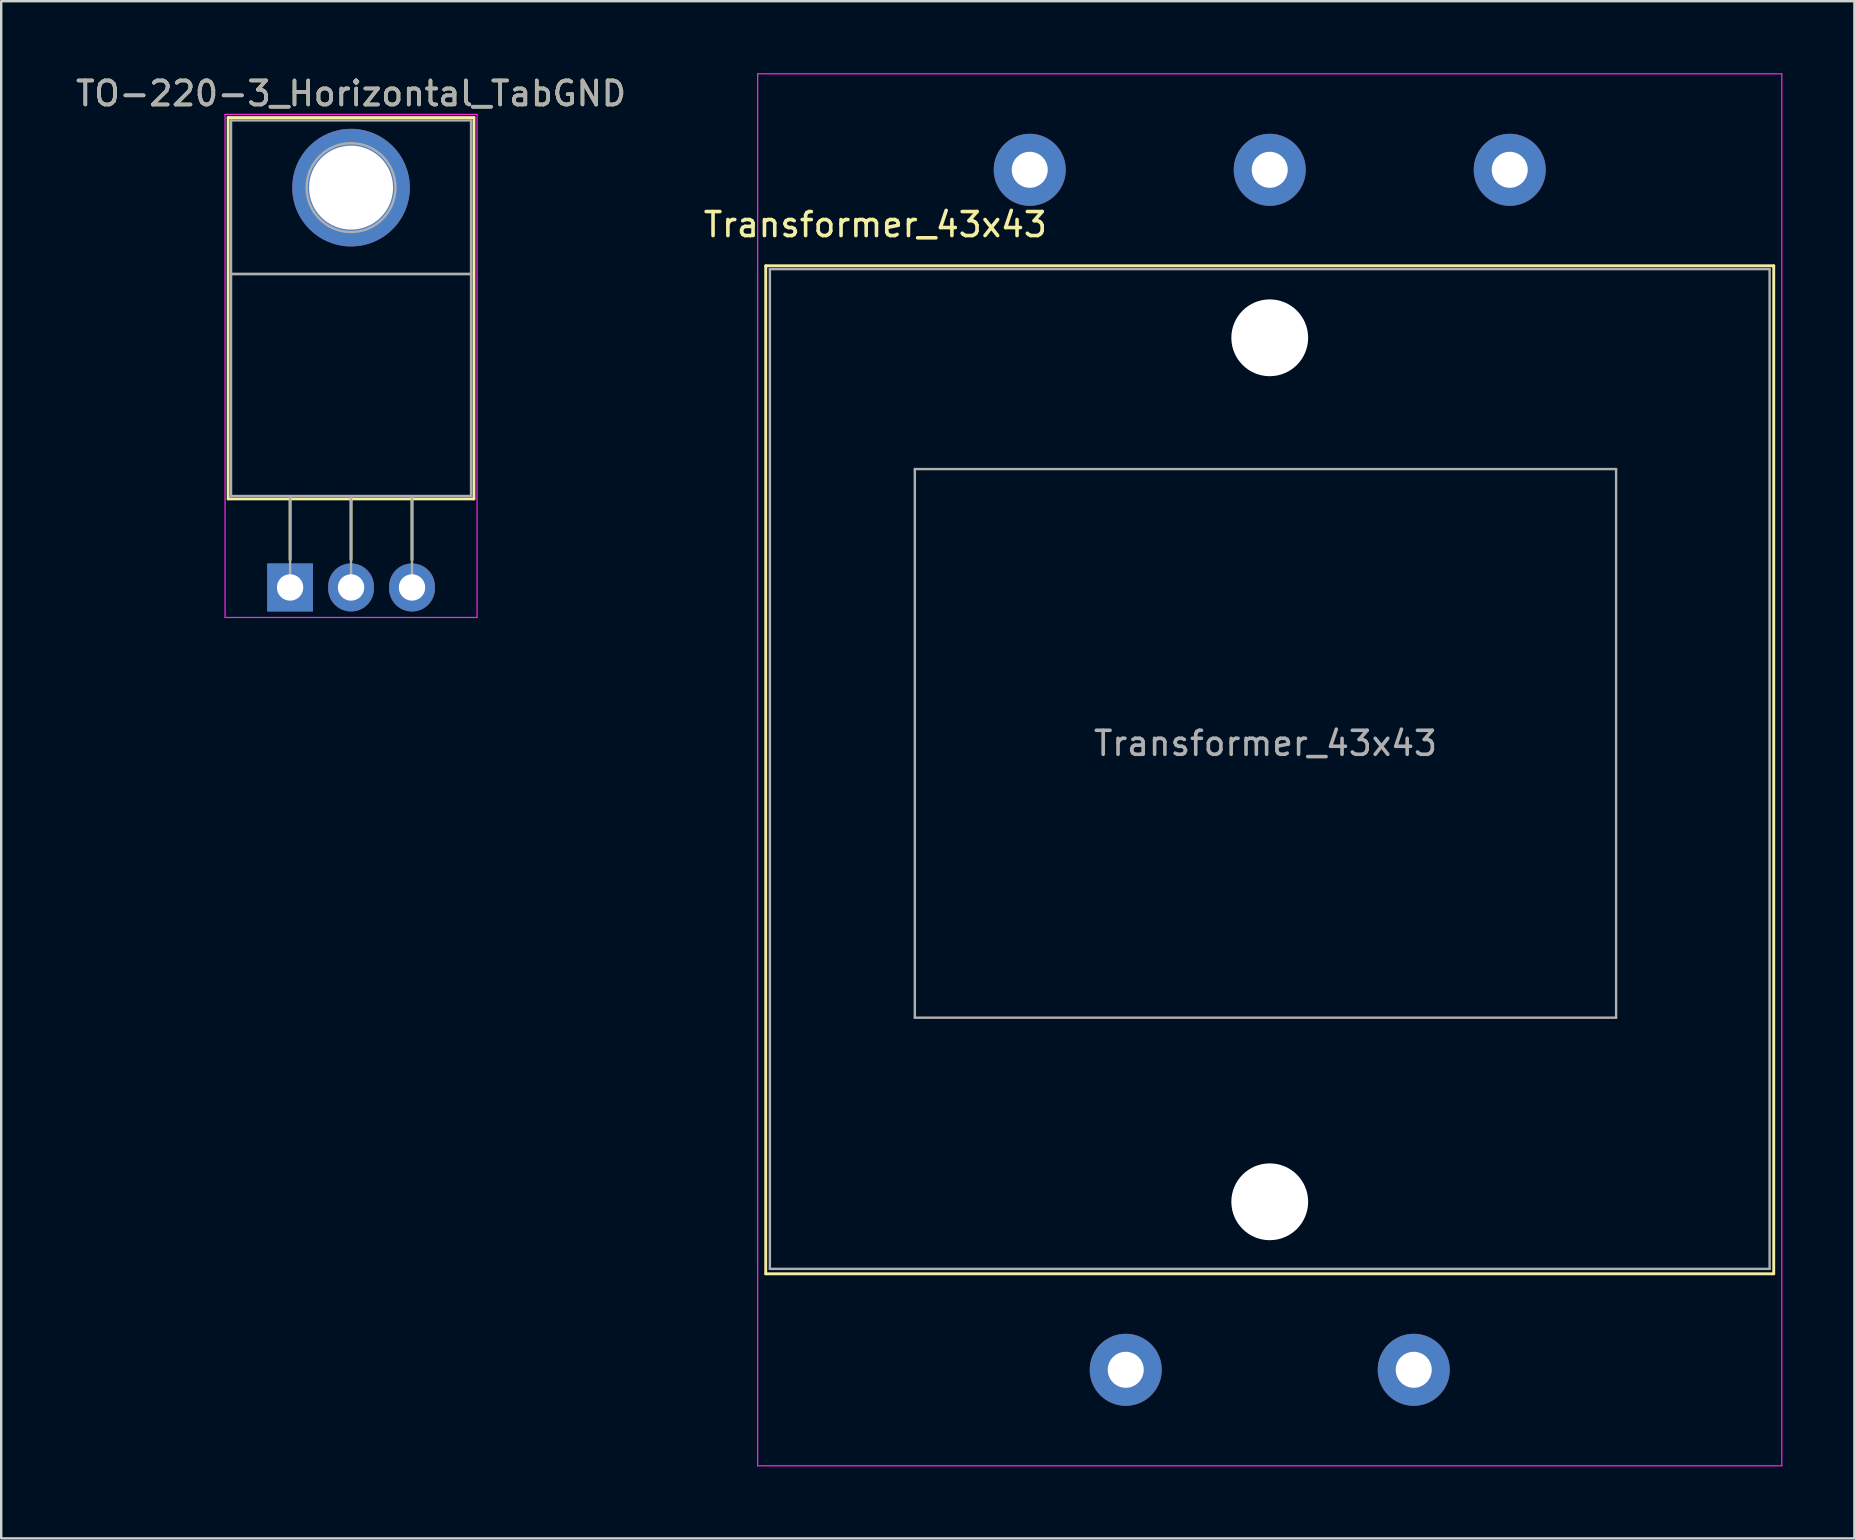
<source format=kicad_pcb>
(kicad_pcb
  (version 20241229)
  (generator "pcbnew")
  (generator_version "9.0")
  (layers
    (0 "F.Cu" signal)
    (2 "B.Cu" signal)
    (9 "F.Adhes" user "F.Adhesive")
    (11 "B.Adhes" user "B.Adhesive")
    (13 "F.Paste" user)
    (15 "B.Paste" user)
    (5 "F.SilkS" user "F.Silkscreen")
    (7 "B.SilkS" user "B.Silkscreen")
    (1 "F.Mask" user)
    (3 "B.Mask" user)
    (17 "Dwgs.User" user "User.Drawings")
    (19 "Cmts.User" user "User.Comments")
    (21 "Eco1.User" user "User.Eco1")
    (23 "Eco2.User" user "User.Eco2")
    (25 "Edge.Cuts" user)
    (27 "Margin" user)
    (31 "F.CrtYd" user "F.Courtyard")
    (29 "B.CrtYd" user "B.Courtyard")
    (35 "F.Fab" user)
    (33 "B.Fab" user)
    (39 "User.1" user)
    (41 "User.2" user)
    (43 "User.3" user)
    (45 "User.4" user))
  (footprint "Transformer_43x43"
    (layer "F.Cu")
    (at 49.856 47.025)
    (property "Reference" "Transformer_43x43" (at -16.434 -40.716 180) (layer "F.SilkS") (effects (font (size 1 1) (thickness 0.15))))
    (attr through_hole)
    (fp_line (start -21 -39) (end -21 3) (stroke (width 0.12) (type solid)) (layer "F.SilkS"))
    (fp_line (start -21 -39) (end 21 -39) (stroke (width 0.12) (type solid)) (layer "F.SilkS"))
    (fp_line (start 21 3) (end -21 3) (stroke (width 0.12) (type solid)) (layer "F.SilkS"))
    (fp_line (start 21 3) (end 21 -39) (stroke (width 0.12) (type solid)) (layer "F.SilkS"))
    (fp_line (start -21.336 -47) (end -21.336 11) (stroke (width 0.05) (type solid)) (layer "F.CrtYd"))
    (fp_line (start -21.336 -47) (end 21.336 -47) (stroke (width 0.05) (type solid)) (layer "F.CrtYd"))
    (fp_line (start 21.336 11) (end -21.336 11) (stroke (width 0.05) (type solid)) (layer "F.CrtYd"))
    (fp_line (start 21.336 11) (end 21.336 -47) (stroke (width 0.05) (type solid)) (layer "F.CrtYd"))
    (fp_line (start -20.828 -38.862) (end 20.828 -38.862) (stroke (width 0.1) (type solid)) (layer "F.Fab"))
    (fp_line (start -20.828 2.794) (end -20.828 -38.862) (stroke (width 0.1) (type solid)) (layer "F.Fab"))
    (fp_line (start -14.788 -30.531) (end 14.432 -30.531) (stroke (width 0.1) (type solid)) (layer "F.Fab"))
    (fp_line (start -14.788 -7.671) (end -14.788 -30.531) (stroke (width 0.1) (type solid)) (layer "F.Fab"))
    (fp_line (start 14.432 -30.531) (end 14.432 -7.671) (stroke (width 0.1) (type solid)) (layer "F.Fab"))
    (fp_line (start 14.432 -7.671) (end -14.788 -7.671) (stroke (width 0.1) (type solid)) (layer "F.Fab"))
    (fp_line (start 20.828 -38.862) (end 20.828 2.794) (stroke (width 0.1) (type solid)) (layer "F.Fab"))
    (fp_line (start 20.828 2.794) (end -20.828 2.794) (stroke (width 0.1) (type solid)) (layer "F.Fab"))
    (fp_text user "${REFERENCE}" (at -0.178 -19.101 180) (layer "F.Fab") (effects (font (size 1 1) (thickness 0.15))))
    (pad "" np_thru_hole circle (at 0 -36) (size 3.2 3.2) (drill 3.2) (layers "*.Cu" "*.Mask"))
    (pad "" np_thru_hole circle (at 0 0) (size 3.2 3.2) (drill 3.2) (layers "*.Cu" "*.Mask"))
    (pad "1" thru_hole circle (at -6 7) (size 3 3) (drill 1.5) (layers "*.Cu" "*.Mask"))
    (pad "2" thru_hole circle (at 6 7) (size 3 3) (drill 1.5) (layers "*.Cu" "*.Mask"))
    (pad "3" thru_hole circle (at 10 -43) (size 3 3) (drill 1.5) (layers "*.Cu" "*.Mask"))
    (pad "4" thru_hole circle (at 0 -43) (size 3 3) (drill 1.5) (layers "*.Cu" "*.Mask"))
    (pad "5" thru_hole circle (at -10 -43) (size 3 3) (drill 1.5) (layers "*.Cu" "*.Mask")))
  (footprint "TO-220-3_Horizontal_TabGND"
    (layer "F.Cu")
    (at 9.037 21.428)
    (property "Reference" "TO-220-3_Horizontal_TabGND" (at 2.54 -20.58 0) (layer "F.SilkS") (effects (font (size 1 1) (thickness 0.15))))
    (attr through_hole)
    (fp_line (start -2.58 -19.58) (end -2.58 -3.69) (stroke (width 0.12) (type solid)) (layer "F.SilkS"))
    (fp_line (start -2.58 -19.58) (end 7.66 -19.58) (stroke (width 0.12) (type solid)) (layer "F.SilkS"))
    (fp_line (start -2.58 -3.69) (end 7.66 -3.69) (stroke (width 0.12) (type solid)) (layer "F.SilkS"))
    (fp_line (start 0 -3.69) (end 0 -1.15) (stroke (width 0.12) (type solid)) (layer "F.SilkS"))
    (fp_line (start 2.54 -3.69) (end 2.54 -1.15) (stroke (width 0.12) (type solid)) (layer "F.SilkS"))
    (fp_line (start 5.08 -3.69) (end 5.08 -1.15) (stroke (width 0.12) (type solid)) (layer "F.SilkS"))
    (fp_line (start 7.66 -19.58) (end 7.66 -3.69) (stroke (width 0.12) (type solid)) (layer "F.SilkS"))
    (fp_line (start -2.71 -19.71) (end -2.71 1.25) (stroke (width 0.05) (type solid)) (layer "F.CrtYd"))
    (fp_line (start -2.71 1.25) (end 7.79 1.25) (stroke (width 0.05) (type solid)) (layer "F.CrtYd"))
    (fp_line (start 7.79 -19.71) (end -2.71 -19.71) (stroke (width 0.05) (type solid)) (layer "F.CrtYd"))
    (fp_line (start 7.79 1.25) (end 7.79 -19.71) (stroke (width 0.05) (type solid)) (layer "F.CrtYd"))
    (fp_line (start -2.46 -19.46) (end 7.54 -19.46) (stroke (width 0.1) (type solid)) (layer "F.Fab"))
    (fp_line (start -2.46 -13.06) (end -2.46 -19.46) (stroke (width 0.1) (type solid)) (layer "F.Fab"))
    (fp_line (start -2.46 -13.06) (end 7.54 -13.06) (stroke (width 0.1) (type solid)) (layer "F.Fab"))
    (fp_line (start -2.46 -3.81) (end -2.46 -13.06) (stroke (width 0.1) (type solid)) (layer "F.Fab"))
    (fp_line (start 0 -3.81) (end 0 0) (stroke (width 0.1) (type solid)) (layer "F.Fab"))
    (fp_line (start 2.54 -3.81) (end 2.54 0) (stroke (width 0.1) (type solid)) (layer "F.Fab"))
    (fp_line (start 5.08 -3.81) (end 5.08 0) (stroke (width 0.1) (type solid)) (layer "F.Fab"))
    (fp_line (start 7.54 -19.46) (end 7.54 -13.06) (stroke (width 0.1) (type solid)) (layer "F.Fab"))
    (fp_line (start 7.54 -13.06) (end -2.46 -13.06) (stroke (width 0.1) (type solid)) (layer "F.Fab"))
    (fp_line (start 7.54 -13.06) (end 7.54 -3.81) (stroke (width 0.1) (type solid)) (layer "F.Fab"))
    (fp_line (start 7.54 -3.81) (end -2.46 -3.81) (stroke (width 0.1) (type solid)) (layer "F.Fab"))
    (fp_circle (center 2.54 -16.66) (end 4.39 -16.66) (stroke (width 0.1) (type solid)) (fill no) (layer "F.Fab"))
    (fp_text user "${REFERENCE}" (at 2.54 -20.58 0) (layer "F.Fab") (effects (font (size 1 1) (thickness 0.15))))
    (pad "1" thru_hole rect (at 0 0) (size 1.905 2) (drill 1.1) (layers "*.Cu" "*.Mask"))
    (pad "2" thru_hole circle (at 2.54 -16.66) (size 4.9 4.9) (drill 3.5) (layers "*.Cu" "*.Mask"))
    (pad "2" thru_hole oval (at 2.54 0) (size 1.905 2) (drill 1.1) (layers "*.Cu" "*.Mask"))
    (pad "3" thru_hole oval (at 5.08 0) (size 1.905 2) (drill 1.1) (layers "*.Cu" "*.Mask")))
  (gr_rect
    (start -3 -3)
    (end 74.217 61.05)
    (stroke (width 0.1) (type default))
    (fill no)
    (layer "Edge.Cuts")))
</source>
